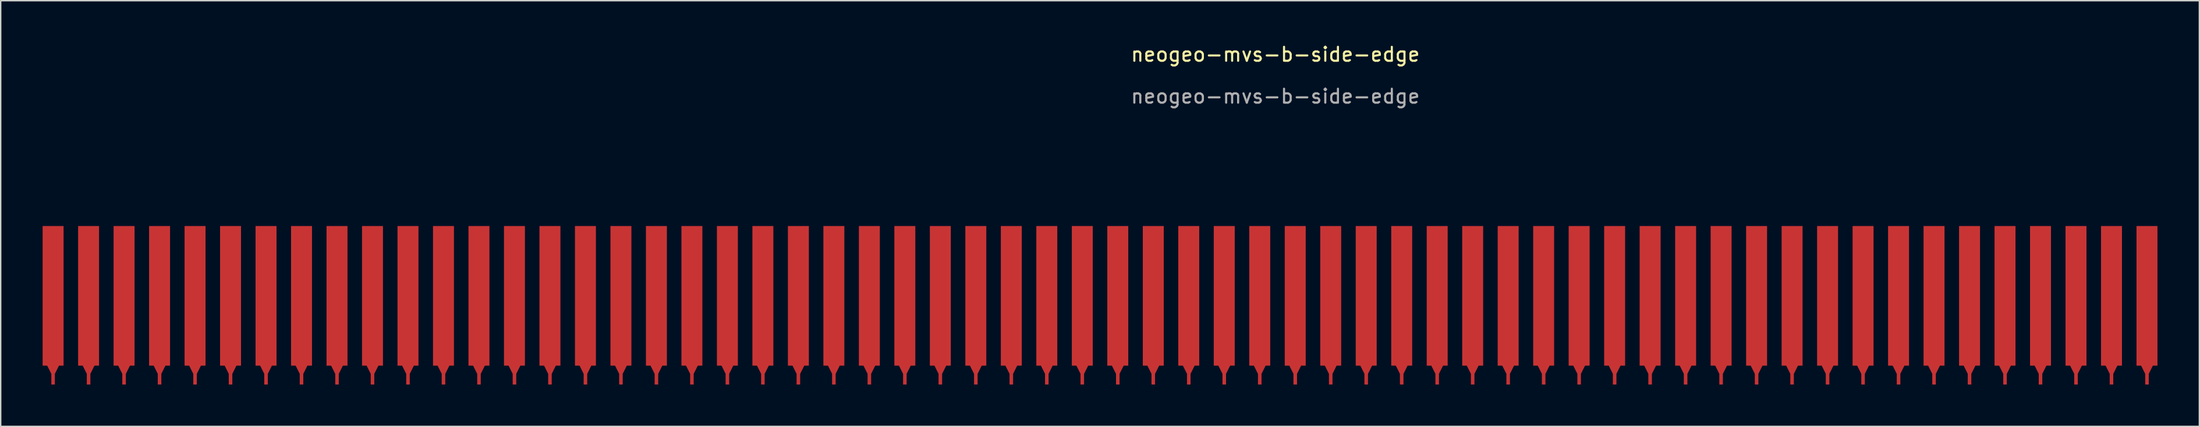
<source format=kicad_pcb>
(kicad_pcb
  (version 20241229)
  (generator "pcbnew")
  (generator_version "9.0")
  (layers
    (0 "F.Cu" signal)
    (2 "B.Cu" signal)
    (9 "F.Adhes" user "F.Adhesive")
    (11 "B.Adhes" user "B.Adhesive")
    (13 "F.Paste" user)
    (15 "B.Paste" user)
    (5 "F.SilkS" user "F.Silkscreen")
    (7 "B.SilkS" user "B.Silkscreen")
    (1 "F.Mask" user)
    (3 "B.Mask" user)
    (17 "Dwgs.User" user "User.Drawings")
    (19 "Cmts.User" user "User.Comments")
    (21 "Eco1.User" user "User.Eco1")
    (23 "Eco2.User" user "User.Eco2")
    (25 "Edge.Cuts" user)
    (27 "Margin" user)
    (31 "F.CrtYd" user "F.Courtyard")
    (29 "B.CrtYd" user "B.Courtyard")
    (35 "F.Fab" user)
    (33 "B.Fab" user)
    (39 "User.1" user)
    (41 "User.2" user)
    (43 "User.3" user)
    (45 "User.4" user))
  (footprint "neogeo-mvs-b-side-edge"
    (layer "F.Cu")
    (at 76.95 18.138)
    (property "Reference" "neogeo-mvs-b-side-edge" (at 11.28 -17.29 0) (unlocked yes) (layer "F.SilkS") (effects (font (size 1 1) (thickness 0.15))))
    (attr smd)
    (fp_text user "${REFERENCE}" (at 11.28 -14.29 0) (unlocked yes) (layer "F.Fab") (effects (font (size 1 1) (thickness 0.15))))
    (pad "1" connect custom (at -76.2 0) (size 1.5 10) (layers "F.Cu" "F.Mask") (options (anchor rect)) (primitives (gr_poly (pts (xy 0 5.842) (xy -0.508 4.826) (xy 0.508 4.826)) (width 0) (fill yes)) (gr_rect (start -0.127 5) (end 0.127 6.35) (width 0) (fill yes))))
    (pad "2" connect custom (at -73.66 0) (size 1.5 10) (layers "F.Cu" "F.Mask") (options (anchor rect)) (primitives (gr_poly (pts (xy 0 5.842) (xy -0.508 4.826) (xy 0.508 4.826)) (width 0) (fill yes)) (gr_rect (start -0.127 5) (end 0.127 6.35) (width 0) (fill yes))))
    (pad "3" connect custom (at -71.12 0) (size 1.5 10) (layers "F.Cu" "F.Mask") (options (anchor rect)) (primitives (gr_poly (pts (xy 0 5.842) (xy -0.508 4.826) (xy 0.508 4.826)) (width 0) (fill yes)) (gr_rect (start -0.127 5) (end 0.127 6.35) (width 0) (fill yes))))
    (pad "4" connect custom (at -68.58 0) (size 1.5 10) (layers "F.Cu" "F.Mask") (options (anchor rect)) (primitives (gr_poly (pts (xy 0 5.842) (xy -0.508 4.826) (xy 0.508 4.826)) (width 0) (fill yes)) (gr_rect (start -0.127 5) (end 0.127 6.35) (width 0) (fill yes))))
    (pad "5" connect custom (at -66.04 0) (size 1.5 10) (layers "F.Cu" "F.Mask") (options (anchor rect)) (primitives (gr_poly (pts (xy 0 5.842) (xy -0.508 4.826) (xy 0.508 4.826)) (width 0) (fill yes)) (gr_rect (start -0.127 5) (end 0.127 6.35) (width 0) (fill yes))))
    (pad "6" connect custom (at -63.5 0) (size 1.5 10) (layers "F.Cu" "F.Mask") (options (anchor rect)) (primitives (gr_poly (pts (xy 0 5.842) (xy -0.508 4.826) (xy 0.508 4.826)) (width 0) (fill yes)) (gr_rect (start -0.127 5) (end 0.127 6.35) (width 0) (fill yes))))
    (pad "7" connect custom (at -60.96 0) (size 1.5 10) (layers "F.Cu" "F.Mask") (options (anchor rect)) (primitives (gr_poly (pts (xy 0 5.842) (xy -0.508 4.826) (xy 0.508 4.826)) (width 0) (fill yes)) (gr_rect (start -0.127 5) (end 0.127 6.35) (width 0) (fill yes))))
    (pad "8" connect custom (at -58.42 0) (size 1.5 10) (layers "F.Cu" "F.Mask") (options (anchor rect)) (primitives (gr_poly (pts (xy 0 5.842) (xy -0.508 4.826) (xy 0.508 4.826)) (width 0) (fill yes)) (gr_rect (start -0.127 5) (end 0.127 6.35) (width 0) (fill yes))))
    (pad "9" connect custom (at -55.88 0) (size 1.5 10) (layers "F.Cu" "F.Mask") (options (anchor rect)) (primitives (gr_poly (pts (xy 0 5.842) (xy -0.508 4.826) (xy 0.508 4.826)) (width 0) (fill yes)) (gr_rect (start -0.127 5) (end 0.127 6.35) (width 0) (fill yes))))
    (pad "10" connect custom (at -53.34 0) (size 1.5 10) (layers "F.Cu" "F.Mask") (options (anchor rect)) (primitives (gr_poly (pts (xy 0 5.842) (xy -0.508 4.826) (xy 0.508 4.826)) (width 0) (fill yes)) (gr_rect (start -0.127 5) (end 0.127 6.35) (width 0) (fill yes))))
    (pad "11" connect custom (at -50.8 0) (size 1.5 10) (layers "F.Cu" "F.Mask") (options (anchor rect)) (primitives (gr_poly (pts (xy 0 5.842) (xy -0.508 4.826) (xy 0.508 4.826)) (width 0) (fill yes)) (gr_rect (start -0.127 5) (end 0.127 6.35) (width 0) (fill yes))))
    (pad "12" connect custom (at -48.26 0) (size 1.5 10) (layers "F.Cu" "F.Mask") (options (anchor rect)) (primitives (gr_poly (pts (xy 0 5.842) (xy -0.508 4.826) (xy 0.508 4.826)) (width 0) (fill yes)) (gr_rect (start -0.127 5) (end 0.127 6.35) (width 0) (fill yes))))
    (pad "13" connect custom (at -45.72 0) (size 1.5 10) (layers "F.Cu" "F.Mask") (options (anchor rect)) (primitives (gr_poly (pts (xy 0 5.842) (xy -0.508 4.826) (xy 0.508 4.826)) (width 0) (fill yes)) (gr_rect (start -0.127 5) (end 0.127 6.35) (width 0) (fill yes))))
    (pad "14" connect custom (at -43.18 0) (size 1.5 10) (layers "F.Cu" "F.Mask") (options (anchor rect)) (primitives (gr_poly (pts (xy 0 5.842) (xy -0.508 4.826) (xy 0.508 4.826)) (width 0) (fill yes)) (gr_rect (start -0.127 5) (end 0.127 6.35) (width 0) (fill yes))))
    (pad "15" connect custom (at -40.64 0) (size 1.5 10) (layers "F.Cu" "F.Mask") (options (anchor rect)) (primitives (gr_poly (pts (xy 0 5.842) (xy -0.508 4.826) (xy 0.508 4.826)) (width 0) (fill yes)) (gr_rect (start -0.127 5) (end 0.127 6.35) (width 0) (fill yes))))
    (pad "16" connect custom (at -38.1 0) (size 1.5 10) (layers "F.Cu" "F.Mask") (options (anchor rect)) (primitives (gr_poly (pts (xy 0 5.842) (xy -0.508 4.826) (xy 0.508 4.826)) (width 0) (fill yes)) (gr_rect (start -0.127 5) (end 0.127 6.35) (width 0) (fill yes))))
    (pad "17" connect custom (at -35.56 0) (size 1.5 10) (layers "F.Cu" "F.Mask") (options (anchor rect)) (primitives (gr_poly (pts (xy 0 5.842) (xy -0.508 4.826) (xy 0.508 4.826)) (width 0) (fill yes)) (gr_rect (start -0.127 5) (end 0.127 6.35) (width 0) (fill yes))))
    (pad "18" connect custom (at -33.02 0) (size 1.5 10) (layers "F.Cu" "F.Mask") (options (anchor rect)) (primitives (gr_poly (pts (xy 0 5.842) (xy -0.508 4.826) (xy 0.508 4.826)) (width 0) (fill yes)) (gr_rect (start -0.127 5) (end 0.127 6.35) (width 0) (fill yes))))
    (pad "19" connect custom (at -30.48 0) (size 1.5 10) (layers "F.Cu" "F.Mask") (options (anchor rect)) (primitives (gr_poly (pts (xy 0 5.842) (xy -0.508 4.826) (xy 0.508 4.826)) (width 0) (fill yes)) (gr_rect (start -0.127 5) (end 0.127 6.35) (width 0) (fill yes))))
    (pad "20" connect custom (at -27.94 0) (size 1.5 10) (layers "F.Cu" "F.Mask") (options (anchor rect)) (primitives (gr_poly (pts (xy 0 5.842) (xy -0.508 4.826) (xy 0.508 4.826)) (width 0) (fill yes)) (gr_rect (start -0.127 5) (end 0.127 6.35) (width 0) (fill yes))))
    (pad "21" connect custom (at -25.4 0) (size 1.5 10) (layers "F.Cu" "F.Mask") (options (anchor rect)) (primitives (gr_poly (pts (xy 0 5.842) (xy -0.508 4.826) (xy 0.508 4.826)) (width 0) (fill yes)) (gr_rect (start -0.127 5) (end 0.127 6.35) (width 0) (fill yes))))
    (pad "22" connect custom (at -22.86 0) (size 1.5 10) (layers "F.Cu" "F.Mask") (options (anchor rect)) (primitives (gr_poly (pts (xy 0 5.842) (xy -0.508 4.826) (xy 0.508 4.826)) (width 0) (fill yes)) (gr_rect (start -0.127 5) (end 0.127 6.35) (width 0) (fill yes))))
    (pad "23" connect custom (at -20.32 0) (size 1.5 10) (layers "F.Cu" "F.Mask") (options (anchor rect)) (primitives (gr_poly (pts (xy 0 5.842) (xy -0.508 4.826) (xy 0.508 4.826)) (width 0) (fill yes)) (gr_rect (start -0.127 5) (end 0.127 6.35) (width 0) (fill yes))))
    (pad "24" connect custom (at -17.78 0) (size 1.5 10) (layers "F.Cu" "F.Mask") (options (anchor rect)) (primitives (gr_poly (pts (xy 0 5.842) (xy -0.508 4.826) (xy 0.508 4.826)) (width 0) (fill yes)) (gr_rect (start -0.127 5) (end 0.127 6.35) (width 0) (fill yes))))
    (pad "25" connect custom (at -15.24 0) (size 1.5 10) (layers "F.Cu" "F.Mask") (options (anchor rect)) (primitives (gr_poly (pts (xy 0 5.842) (xy -0.508 4.826) (xy 0.508 4.826)) (width 0) (fill yes)) (gr_rect (start -0.127 5) (end 0.127 6.35) (width 0) (fill yes))))
    (pad "26" connect custom (at -12.7 0) (size 1.5 10) (layers "F.Cu" "F.Mask") (options (anchor rect)) (primitives (gr_poly (pts (xy 0 5.842) (xy -0.508 4.826) (xy 0.508 4.826)) (width 0) (fill yes)) (gr_rect (start -0.127 5) (end 0.127 6.35) (width 0) (fill yes))))
    (pad "27" connect custom (at -10.16 0) (size 1.5 10) (layers "F.Cu" "F.Mask") (options (anchor rect)) (primitives (gr_poly (pts (xy 0 5.842) (xy -0.508 4.826) (xy 0.508 4.826)) (width 0) (fill yes)) (gr_rect (start -0.127 5) (end 0.127 6.35) (width 0) (fill yes))))
    (pad "28" connect custom (at -7.62 0) (size 1.5 10) (layers "F.Cu" "F.Mask") (options (anchor rect)) (primitives (gr_poly (pts (xy 0 5.842) (xy -0.508 4.826) (xy 0.508 4.826)) (width 0) (fill yes)) (gr_rect (start -0.127 5) (end 0.127 6.35) (width 0) (fill yes))))
    (pad "29" connect custom (at -5.08 0) (size 1.5 10) (layers "F.Cu" "F.Mask") (options (anchor rect)) (primitives (gr_poly (pts (xy 0 5.842) (xy -0.508 4.826) (xy 0.508 4.826)) (width 0) (fill yes)) (gr_rect (start -0.127 5) (end 0.127 6.35) (width 0) (fill yes))))
    (pad "30" connect custom (at -2.54 0) (size 1.5 10) (layers "F.Cu" "F.Mask") (options (anchor rect)) (primitives (gr_poly (pts (xy 0 5.842) (xy -0.508 4.826) (xy 0.508 4.826)) (width 0) (fill yes)) (gr_rect (start -0.127 5) (end 0.127 6.35) (width 0) (fill yes))))
    (pad "31" connect custom (at 0 0) (size 1.5 10) (layers "F.Cu" "F.Mask") (options (anchor rect)) (primitives (gr_poly (pts (xy 0 5.842) (xy -0.508 4.826) (xy 0.508 4.826)) (width 0) (fill yes)) (gr_rect (start -0.127 5) (end 0.127 6.35) (width 0) (fill yes))))
    (pad "32" connect custom (at 2.54 0) (size 1.5 10) (layers "F.Cu" "F.Mask") (options (anchor rect)) (primitives (gr_poly (pts (xy 0 5.842) (xy -0.508 4.826) (xy 0.508 4.826)) (width 0) (fill yes)) (gr_rect (start -0.127 5) (end 0.127 6.35) (width 0) (fill yes))))
    (pad "33" connect custom (at 5.08 0) (size 1.5 10) (layers "F.Cu" "F.Mask") (options (anchor rect)) (primitives (gr_poly (pts (xy 0 5.842) (xy -0.508 4.826) (xy 0.508 4.826)) (width 0) (fill yes)) (gr_rect (start -0.127 5) (end 0.127 6.35) (width 0) (fill yes))))
    (pad "34" connect custom (at 7.62 0) (size 1.5 10) (layers "F.Cu" "F.Mask") (options (anchor rect)) (primitives (gr_poly (pts (xy 0 5.842) (xy -0.508 4.826) (xy 0.508 4.826)) (width 0) (fill yes)) (gr_rect (start -0.127 5) (end 0.127 6.35) (width 0) (fill yes))))
    (pad "35" connect custom (at 10.16 0) (size 1.5 10) (layers "F.Cu" "F.Mask") (options (anchor rect)) (primitives (gr_poly (pts (xy 0 5.842) (xy -0.508 4.826) (xy 0.508 4.826)) (width 0) (fill yes)) (gr_rect (start -0.127 5) (end 0.127 6.35) (width 0) (fill yes))))
    (pad "36" connect custom (at 12.7 0) (size 1.5 10) (layers "F.Cu" "F.Mask") (options (anchor rect)) (primitives (gr_poly (pts (xy 0 5.842) (xy -0.508 4.826) (xy 0.508 4.826)) (width 0) (fill yes)) (gr_rect (start -0.127 5) (end 0.127 6.35) (width 0) (fill yes))))
    (pad "37" connect custom (at 15.24 0) (size 1.5 10) (layers "F.Cu" "F.Mask") (options (anchor rect)) (primitives (gr_poly (pts (xy 0 5.842) (xy -0.508 4.826) (xy 0.508 4.826)) (width 0) (fill yes)) (gr_rect (start -0.127 5) (end 0.127 6.35) (width 0) (fill yes))))
    (pad "38" connect custom (at 17.78 0) (size 1.5 10) (layers "F.Cu" "F.Mask") (options (anchor rect)) (primitives (gr_poly (pts (xy 0 5.842) (xy -0.508 4.826) (xy 0.508 4.826)) (width 0) (fill yes)) (gr_rect (start -0.127 5) (end 0.127 6.35) (width 0) (fill yes))))
    (pad "39" connect custom (at 20.32 0) (size 1.5 10) (layers "F.Cu" "F.Mask") (options (anchor rect)) (primitives (gr_poly (pts (xy 0 5.842) (xy -0.508 4.826) (xy 0.508 4.826)) (width 0) (fill yes)) (gr_rect (start -0.127 5) (end 0.127 6.35) (width 0) (fill yes))))
    (pad "40" connect custom (at 22.86 0) (size 1.5 10) (layers "F.Cu" "F.Mask") (options (anchor rect)) (primitives (gr_poly (pts (xy 0 5.842) (xy -0.508 4.826) (xy 0.508 4.826)) (width 0) (fill yes)) (gr_rect (start -0.127 5) (end 0.127 6.35) (width 0) (fill yes))))
    (pad "41" connect custom (at 25.4 0) (size 1.5 10) (layers "F.Cu" "F.Mask") (options (anchor rect)) (primitives (gr_poly (pts (xy 0 5.842) (xy -0.508 4.826) (xy 0.508 4.826)) (width 0) (fill yes)) (gr_rect (start -0.127 5) (end 0.127 6.35) (width 0) (fill yes))))
    (pad "42" connect custom (at 27.94 0) (size 1.5 10) (layers "F.Cu" "F.Mask") (options (anchor rect)) (primitives (gr_poly (pts (xy 0 5.842) (xy -0.508 4.826) (xy 0.508 4.826)) (width 0) (fill yes)) (gr_rect (start -0.127 5) (end 0.127 6.35) (width 0) (fill yes))))
    (pad "43" connect custom (at 30.48 0) (size 1.5 10) (layers "F.Cu" "F.Mask") (options (anchor rect)) (primitives (gr_poly (pts (xy 0 5.842) (xy -0.508 4.826) (xy 0.508 4.826)) (width 0) (fill yes)) (gr_rect (start -0.127 5) (end 0.127 6.35) (width 0) (fill yes))))
    (pad "44" connect custom (at 33.02 0) (size 1.5 10) (layers "F.Cu" "F.Mask") (options (anchor rect)) (primitives (gr_poly (pts (xy 0 5.842) (xy -0.508 4.826) (xy 0.508 4.826)) (width 0) (fill yes)) (gr_rect (start -0.127 5) (end 0.127 6.35) (width 0) (fill yes))))
    (pad "45" connect custom (at 35.56 0) (size 1.5 10) (layers "F.Cu" "F.Mask") (options (anchor rect)) (primitives (gr_poly (pts (xy 0 5.842) (xy -0.508 4.826) (xy 0.508 4.826)) (width 0) (fill yes)) (gr_rect (start -0.127 5) (end 0.127 6.35) (width 0) (fill yes))))
    (pad "46" connect custom (at 38.1 0) (size 1.5 10) (layers "F.Cu" "F.Mask") (options (anchor rect)) (primitives (gr_poly (pts (xy 0 5.842) (xy -0.508 4.826) (xy 0.508 4.826)) (width 0) (fill yes)) (gr_rect (start -0.127 5) (end 0.127 6.35) (width 0) (fill yes))))
    (pad "47" connect custom (at 40.64 0) (size 1.5 10) (layers "F.Cu" "F.Mask") (options (anchor rect)) (primitives (gr_poly (pts (xy 0 5.842) (xy -0.508 4.826) (xy 0.508 4.826)) (width 0) (fill yes)) (gr_rect (start -0.127 5) (end 0.127 6.35) (width 0) (fill yes))))
    (pad "48" connect custom (at 43.18 0) (size 1.5 10) (layers "F.Cu" "F.Mask") (options (anchor rect)) (primitives (gr_poly (pts (xy 0 5.842) (xy -0.508 4.826) (xy 0.508 4.826)) (width 0) (fill yes)) (gr_rect (start -0.127 5) (end 0.127 6.35) (width 0) (fill yes))))
    (pad "49" connect custom (at 45.72 0) (size 1.5 10) (layers "F.Cu" "F.Mask") (options (anchor rect)) (primitives (gr_poly (pts (xy 0 5.842) (xy -0.508 4.826) (xy 0.508 4.826)) (width 0) (fill yes)) (gr_rect (start -0.127 5) (end 0.127 6.35) (width 0) (fill yes))))
    (pad "50" connect custom (at 48.26 0) (size 1.5 10) (layers "F.Cu" "F.Mask") (options (anchor rect)) (primitives (gr_poly (pts (xy 0 5.842) (xy -0.508 4.826) (xy 0.508 4.826)) (width 0) (fill yes)) (gr_rect (start -0.127 5) (end 0.127 6.35) (width 0) (fill yes))))
    (pad "51" connect custom (at 50.8 0) (size 1.5 10) (layers "F.Cu" "F.Mask") (options (anchor rect)) (primitives (gr_poly (pts (xy 0 5.842) (xy -0.508 4.826) (xy 0.508 4.826)) (width 0) (fill yes)) (gr_rect (start -0.127 5) (end 0.127 6.35) (width 0) (fill yes))))
    (pad "52" connect custom (at 53.34 0) (size 1.5 10) (layers "F.Cu" "F.Mask") (options (anchor rect)) (primitives (gr_poly (pts (xy 0 5.842) (xy -0.508 4.826) (xy 0.508 4.826)) (width 0) (fill yes)) (gr_rect (start -0.127 5) (end 0.127 6.35) (width 0) (fill yes))))
    (pad "53" connect custom (at 55.88 0) (size 1.5 10) (layers "F.Cu" "F.Mask") (options (anchor rect)) (primitives (gr_poly (pts (xy 0 5.842) (xy -0.508 4.826) (xy 0.508 4.826)) (width 0) (fill yes)) (gr_rect (start -0.127 5) (end 0.127 6.35) (width 0) (fill yes))))
    (pad "54" connect custom (at 58.42 0) (size 1.5 10) (layers "F.Cu" "F.Mask") (options (anchor rect)) (primitives (gr_poly (pts (xy 0 5.842) (xy -0.508 4.826) (xy 0.508 4.826)) (width 0) (fill yes)) (gr_rect (start -0.127 5) (end 0.127 6.35) (width 0) (fill yes))))
    (pad "55" connect custom (at 60.96 0) (size 1.5 10) (layers "F.Cu" "F.Mask") (options (anchor rect)) (primitives (gr_poly (pts (xy 0 5.842) (xy -0.508 4.826) (xy 0.508 4.826)) (width 0) (fill yes)) (gr_rect (start -0.127 5) (end 0.127 6.35) (width 0) (fill yes))))
    (pad "56" connect custom (at 63.5 0) (size 1.5 10) (layers "F.Cu" "F.Mask") (options (anchor rect)) (primitives (gr_poly (pts (xy 0 5.842) (xy -0.508 4.826) (xy 0.508 4.826)) (width 0) (fill yes)) (gr_rect (start -0.127 5) (end 0.127 6.35) (width 0) (fill yes))))
    (pad "57" connect custom (at 66.04 0) (size 1.5 10) (layers "F.Cu" "F.Mask") (options (anchor rect)) (primitives (gr_poly (pts (xy 0 5.842) (xy -0.508 4.826) (xy 0.508 4.826)) (width 0) (fill yes)) (gr_rect (start -0.127 5) (end 0.127 6.35) (width 0) (fill yes))))
    (pad "58" connect custom (at 68.58 0) (size 1.5 10) (layers "F.Cu" "F.Mask") (options (anchor rect)) (primitives (gr_poly (pts (xy 0 5.842) (xy -0.508 4.826) (xy 0.508 4.826)) (width 0) (fill yes)) (gr_rect (start -0.127 5) (end 0.127 6.35) (width 0) (fill yes))))
    (pad "59" connect custom (at 71.12 0) (size 1.5 10) (layers "F.Cu" "F.Mask") (options (anchor rect)) (primitives (gr_poly (pts (xy 0 5.842) (xy -0.508 4.826) (xy 0.508 4.826)) (width 0) (fill yes)) (gr_rect (start -0.127 5) (end 0.127 6.35) (width 0) (fill yes))))
    (pad "60" connect custom (at 73.66 0) (size 1.5 10) (layers "F.Cu" "F.Mask") (options (anchor rect)) (primitives (gr_poly (pts (xy 0 5.842) (xy -0.508 4.826) (xy 0.508 4.826)) (width 0) (fill yes)) (gr_rect (start -0.127 5) (end 0.127 6.35) (width 0) (fill yes)))))
  (gr_rect
    (start -3 -3)
    (end 154.36 27.488)
    (stroke (width 0.1) (type default))
    (fill no)
    (layer "Edge.Cuts")))
</source>
